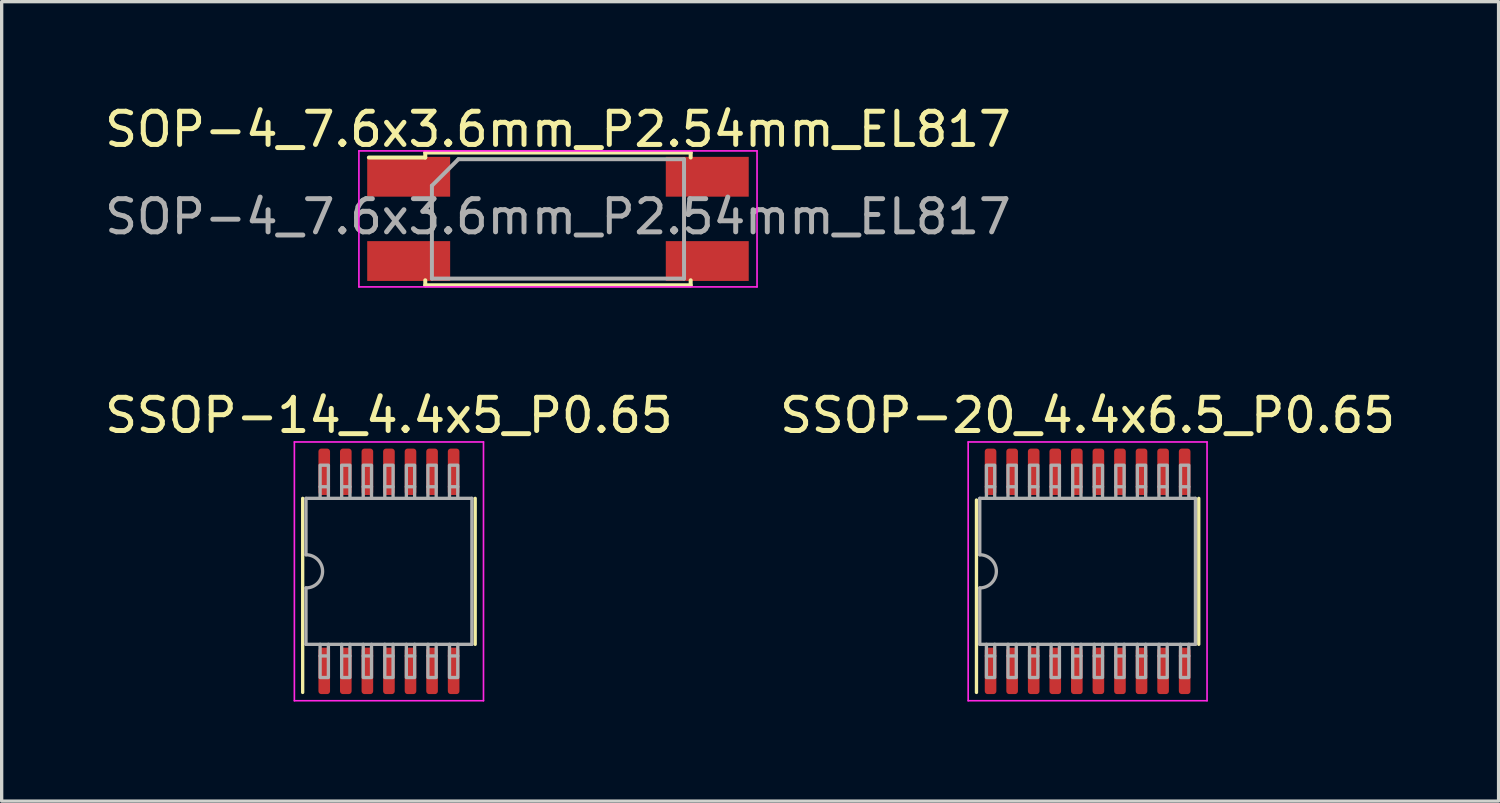
<source format=kicad_pcb>
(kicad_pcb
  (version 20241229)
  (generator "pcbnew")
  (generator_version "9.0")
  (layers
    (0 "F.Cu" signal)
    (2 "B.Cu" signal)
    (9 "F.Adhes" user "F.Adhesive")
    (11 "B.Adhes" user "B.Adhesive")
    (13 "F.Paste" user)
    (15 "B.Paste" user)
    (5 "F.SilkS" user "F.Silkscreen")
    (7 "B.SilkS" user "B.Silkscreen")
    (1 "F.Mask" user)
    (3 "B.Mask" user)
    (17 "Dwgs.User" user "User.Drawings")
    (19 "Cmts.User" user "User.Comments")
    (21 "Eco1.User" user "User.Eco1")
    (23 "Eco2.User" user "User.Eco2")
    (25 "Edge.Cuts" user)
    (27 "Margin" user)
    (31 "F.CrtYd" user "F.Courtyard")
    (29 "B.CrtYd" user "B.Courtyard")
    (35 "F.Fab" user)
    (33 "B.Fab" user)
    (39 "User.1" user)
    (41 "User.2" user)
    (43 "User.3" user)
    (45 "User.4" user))
  (footprint "SSOP-14_4.4x5_P0.65"
    (layer "F.Cu")
    (at 8.673 14.171)
    (property "Reference" "SSOP-14_4.4x5_P0.65" (at 0 -4.7 0) (layer "F.SilkS") (effects (font (size 1 1) (thickness 0.15))))
    (attr smd)
    (fp_line (start -2.6 3.65) (end -2.6 -2.2) (stroke (width 0.1) (type solid)) (layer "F.SilkS"))
    (fp_line (start 2.6 2.2) (end 2.6 -2.2) (stroke (width 0.1) (type solid)) (layer "F.SilkS"))
    (fp_line (start -2.85 -3.9) (end -2.85 3.9) (stroke (width 0.05) (type solid)) (layer "F.CrtYd"))
    (fp_line (start -2.85 3.9) (end 2.85 3.9) (stroke (width 0.05) (type solid)) (layer "F.CrtYd"))
    (fp_line (start 2.85 -3.9) (end -2.85 -3.9) (stroke (width 0.05) (type solid)) (layer "F.CrtYd"))
    (fp_line (start 2.85 3.9) (end 2.85 -3.9) (stroke (width 0.05) (type solid)) (layer "F.CrtYd"))
    (fp_line (start -2.5 -2.2) (end -2.5 -0.5) (stroke (width 0.1) (type solid)) (layer "F.Fab"))
    (fp_line (start -2.5 -2.2) (end 2.5 -2.2) (stroke (width 0.1) (type solid)) (layer "F.Fab"))
    (fp_line (start -2.5 2.2) (end -2.5 0.5) (stroke (width 0.1) (type solid)) (layer "F.Fab"))
    (fp_line (start -2.075 -2.55) (end -2.075 -2.2) (stroke (width 0.1) (type solid)) (layer "F.Fab"))
    (fp_line (start -2.075 2.55) (end -2.075 2.2) (stroke (width 0.1) (type solid)) (layer "F.Fab"))
    (fp_line (start -1.825 -2.55) (end -1.825 -2.2) (stroke (width 0.1) (type solid)) (layer "F.Fab"))
    (fp_line (start -1.825 2.55) (end -1.825 2.2) (stroke (width 0.1) (type solid)) (layer "F.Fab"))
    (fp_line (start -1.425 -2.55) (end -1.425 -2.2) (stroke (width 0.1) (type solid)) (layer "F.Fab"))
    (fp_line (start -1.425 2.55) (end -1.425 2.2) (stroke (width 0.1) (type solid)) (layer "F.Fab"))
    (fp_line (start -1.175 -2.55) (end -1.175 -2.2) (stroke (width 0.1) (type solid)) (layer "F.Fab"))
    (fp_line (start -1.175 2.55) (end -1.175 2.2) (stroke (width 0.1) (type solid)) (layer "F.Fab"))
    (fp_line (start -0.775 -2.55) (end -0.775 -2.2) (stroke (width 0.1) (type solid)) (layer "F.Fab"))
    (fp_line (start -0.775 2.55) (end -0.775 2.2) (stroke (width 0.1) (type solid)) (layer "F.Fab"))
    (fp_line (start -0.525 -2.55) (end -0.525 -2.2) (stroke (width 0.1) (type solid)) (layer "F.Fab"))
    (fp_line (start -0.525 2.55) (end -0.525 2.2) (stroke (width 0.1) (type solid)) (layer "F.Fab"))
    (fp_line (start -0.125 -2.55) (end -0.125 -2.2) (stroke (width 0.1) (type solid)) (layer "F.Fab"))
    (fp_line (start -0.125 2.55) (end -0.125 2.2) (stroke (width 0.1) (type solid)) (layer "F.Fab"))
    (fp_line (start 0.125 -2.55) (end 0.125 -2.2) (stroke (width 0.1) (type solid)) (layer "F.Fab"))
    (fp_line (start 0.125 2.55) (end 0.125 2.2) (stroke (width 0.1) (type solid)) (layer "F.Fab"))
    (fp_line (start 0.525 -2.55) (end 0.525 -2.2) (stroke (width 0.1) (type solid)) (layer "F.Fab"))
    (fp_line (start 0.525 2.55) (end 0.525 2.2) (stroke (width 0.1) (type solid)) (layer "F.Fab"))
    (fp_line (start 0.775 -2.55) (end 0.775 -2.2) (stroke (width 0.1) (type solid)) (layer "F.Fab"))
    (fp_line (start 0.775 2.55) (end 0.775 2.2) (stroke (width 0.1) (type solid)) (layer "F.Fab"))
    (fp_line (start 1.175 -2.55) (end 1.175 -2.2) (stroke (width 0.1) (type solid)) (layer "F.Fab"))
    (fp_line (start 1.175 2.55) (end 1.175 2.2) (stroke (width 0.1) (type solid)) (layer "F.Fab"))
    (fp_line (start 1.425 -2.55) (end 1.425 -2.2) (stroke (width 0.1) (type solid)) (layer "F.Fab"))
    (fp_line (start 1.425 2.55) (end 1.425 2.2) (stroke (width 0.1) (type solid)) (layer "F.Fab"))
    (fp_line (start 1.825 -2.55) (end 1.825 -2.2) (stroke (width 0.1) (type solid)) (layer "F.Fab"))
    (fp_line (start 1.825 2.55) (end 1.825 2.2) (stroke (width 0.1) (type solid)) (layer "F.Fab"))
    (fp_line (start 2.075 -2.55) (end 2.075 -2.2) (stroke (width 0.1) (type solid)) (layer "F.Fab"))
    (fp_line (start 2.075 2.55) (end 2.075 2.2) (stroke (width 0.1) (type solid)) (layer "F.Fab"))
    (fp_line (start 2.5 -2.2) (end 2.5 2.2) (stroke (width 0.1) (type solid)) (layer "F.Fab"))
    (fp_line (start 2.5 2.2) (end -2.5 2.2) (stroke (width 0.1) (type solid)) (layer "F.Fab"))
    (fp_arc (start -2.5 -0.5) (mid -2 0) (end -2.5 0.5) (stroke (width 0.1) (type solid)) (layer "F.Fab"))
    (fp_poly (pts (xy -2.075 -2.55) (xy -2.075 -3.2) (xy -1.825 -3.2) (xy -1.825 -2.55)) (stroke (width 0.1) (type solid)) (fill no) (layer "F.Fab"))
    (fp_poly (pts (xy -1.825 2.55) (xy -1.825 3.2) (xy -2.075 3.2) (xy -2.075 2.55)) (stroke (width 0.1) (type solid)) (fill no) (layer "F.Fab"))
    (fp_poly (pts (xy -1.425 -2.55) (xy -1.425 -3.2) (xy -1.175 -3.2) (xy -1.175 -2.55)) (stroke (width 0.1) (type solid)) (fill no) (layer "F.Fab"))
    (fp_poly (pts (xy -1.175 2.55) (xy -1.175 3.2) (xy -1.425 3.2) (xy -1.425 2.55)) (stroke (width 0.1) (type solid)) (fill no) (layer "F.Fab"))
    (fp_poly (pts (xy -0.775 -2.55) (xy -0.775 -3.2) (xy -0.525 -3.2) (xy -0.525 -2.55)) (stroke (width 0.1) (type solid)) (fill no) (layer "F.Fab"))
    (fp_poly (pts (xy -0.525 2.55) (xy -0.525 3.2) (xy -0.775 3.2) (xy -0.775 2.55)) (stroke (width 0.1) (type solid)) (fill no) (layer "F.Fab"))
    (fp_poly (pts (xy -0.125 -2.55) (xy -0.125 -3.2) (xy 0.125 -3.2) (xy 0.125 -2.55)) (stroke (width 0.1) (type solid)) (fill no) (layer "F.Fab"))
    (fp_poly (pts (xy 0.125 2.55) (xy 0.125 3.2) (xy -0.125 3.2) (xy -0.125 2.55)) (stroke (width 0.1) (type solid)) (fill no) (layer "F.Fab"))
    (fp_poly (pts (xy 0.525 -2.55) (xy 0.525 -3.2) (xy 0.775 -3.2) (xy 0.775 -2.55)) (stroke (width 0.1) (type solid)) (fill no) (layer "F.Fab"))
    (fp_poly (pts (xy 0.775 2.55) (xy 0.775 3.2) (xy 0.525 3.2) (xy 0.525 2.55)) (stroke (width 0.1) (type solid)) (fill no) (layer "F.Fab"))
    (fp_poly (pts (xy 1.175 -2.55) (xy 1.175 -3.2) (xy 1.425 -3.2) (xy 1.425 -2.55)) (stroke (width 0.1) (type solid)) (fill no) (layer "F.Fab"))
    (fp_poly (pts (xy 1.425 2.55) (xy 1.425 3.2) (xy 1.175 3.2) (xy 1.175 2.55)) (stroke (width 0.1) (type solid)) (fill no) (layer "F.Fab"))
    (fp_poly (pts (xy 1.825 -2.55) (xy 1.825 -3.2) (xy 2.075 -3.2) (xy 2.075 -2.55)) (stroke (width 0.1) (type solid)) (fill no) (layer "F.Fab"))
    (fp_poly (pts (xy 2.075 2.55) (xy 2.075 3.2) (xy 1.825 3.2) (xy 1.825 2.55)) (stroke (width 0.1) (type solid)) (fill no) (layer "F.Fab"))
    (pad "1" smd roundrect (at -1.95 3 90) (size 1.4 0.35) (layers "F.Cu" "F.Mask" "F.Paste") (roundrect_rratio 0.25))
    (pad "2" smd roundrect (at -1.3 3 90) (size 1.4 0.35) (layers "F.Cu" "F.Mask" "F.Paste") (roundrect_rratio 0.25))
    (pad "3" smd roundrect (at -0.65 3 90) (size 1.4 0.35) (layers "F.Cu" "F.Mask" "F.Paste") (roundrect_rratio 0.25))
    (pad "4" smd roundrect (at 0 3 90) (size 1.4 0.35) (layers "F.Cu" "F.Mask" "F.Paste") (roundrect_rratio 0.25))
    (pad "5" smd roundrect (at 0.65 3 90) (size 1.4 0.35) (layers "F.Cu" "F.Mask" "F.Paste") (roundrect_rratio 0.25))
    (pad "6" smd roundrect (at 1.3 3 90) (size 1.4 0.35) (layers "F.Cu" "F.Mask" "F.Paste") (roundrect_rratio 0.25))
    (pad "7" smd roundrect (at 1.95 3 90) (size 1.4 0.35) (layers "F.Cu" "F.Mask" "F.Paste") (roundrect_rratio 0.25))
    (pad "8" smd roundrect (at 1.95 -3 90) (size 1.4 0.35) (layers "F.Cu" "F.Mask" "F.Paste") (roundrect_rratio 0.25))
    (pad "9" smd roundrect (at 1.3 -3 90) (size 1.4 0.35) (layers "F.Cu" "F.Mask" "F.Paste") (roundrect_rratio 0.25))
    (pad "10" smd roundrect (at 0.65 -3 90) (size 1.4 0.35) (layers "F.Cu" "F.Mask" "F.Paste") (roundrect_rratio 0.25))
    (pad "11" smd roundrect (at 0 -3 90) (size 1.4 0.35) (layers "F.Cu" "F.Mask" "F.Paste") (roundrect_rratio 0.25))
    (pad "12" smd roundrect (at -0.65 -3 90) (size 1.4 0.35) (layers "F.Cu" "F.Mask" "F.Paste") (roundrect_rratio 0.25))
    (pad "13" smd roundrect (at -1.3 -3 90) (size 1.4 0.35) (layers "F.Cu" "F.Mask" "F.Paste") (roundrect_rratio 0.25))
    (pad "14" smd roundrect (at -1.95 -3 90) (size 1.4 0.35) (layers "F.Cu" "F.Mask" "F.Paste") (roundrect_rratio 0.25)))
  (footprint "SSOP-20_4.4x6.5_P0.65"
    (layer "F.Cu")
    (at 29.732 14.171)
    (property "Reference" "SSOP-20_4.4x6.5_P0.65" (at 0 -4.7 0) (layer "F.SilkS") (effects (font (size 1 1) (thickness 0.15))))
    (attr smd)
    (fp_line (start -3.35 3.65) (end -3.35 -2.15) (stroke (width 0.1) (type solid)) (layer "F.SilkS"))
    (fp_line (start 3.35 2.2) (end 3.35 -2.2) (stroke (width 0.1) (type solid)) (layer "F.SilkS"))
    (fp_line (start -3.6 -3.9) (end -3.6 3.9) (stroke (width 0.05) (type solid)) (layer "F.CrtYd"))
    (fp_line (start -3.6 3.9) (end 3.6 3.9) (stroke (width 0.05) (type solid)) (layer "F.CrtYd"))
    (fp_line (start 3.6 -3.9) (end -3.6 -3.9) (stroke (width 0.05) (type solid)) (layer "F.CrtYd"))
    (fp_line (start 3.6 3.9) (end 3.6 -3.9) (stroke (width 0.05) (type solid)) (layer "F.CrtYd"))
    (fp_line (start -3.25 -2.2) (end -3.25 -0.5) (stroke (width 0.1) (type solid)) (layer "F.Fab"))
    (fp_line (start -3.25 -2.2) (end 3.25 -2.2) (stroke (width 0.1) (type solid)) (layer "F.Fab"))
    (fp_line (start -3.25 2.2) (end -3.25 0.5) (stroke (width 0.1) (type solid)) (layer "F.Fab"))
    (fp_line (start -3.25 2.2) (end 3.25 2.2) (stroke (width 0.1) (type solid)) (layer "F.Fab"))
    (fp_line (start -3.05 -2.55) (end -3.05 -2.2) (stroke (width 0.1) (type solid)) (layer "F.Fab"))
    (fp_line (start -3.05 2.55) (end -3.05 2.2) (stroke (width 0.1) (type solid)) (layer "F.Fab"))
    (fp_line (start -2.8 -2.55) (end -2.8 -2.2) (stroke (width 0.1) (type solid)) (layer "F.Fab"))
    (fp_line (start -2.8 2.55) (end -2.8 2.2) (stroke (width 0.1) (type solid)) (layer "F.Fab"))
    (fp_line (start -2.4 -2.55) (end -2.4 -2.2) (stroke (width 0.1) (type solid)) (layer "F.Fab"))
    (fp_line (start -2.4 2.55) (end -2.4 2.2) (stroke (width 0.1) (type solid)) (layer "F.Fab"))
    (fp_line (start -2.15 -2.55) (end -2.15 -2.2) (stroke (width 0.1) (type solid)) (layer "F.Fab"))
    (fp_line (start -2.15 2.55) (end -2.15 2.2) (stroke (width 0.1) (type solid)) (layer "F.Fab"))
    (fp_line (start -1.75 -2.55) (end -1.75 -2.2) (stroke (width 0.1) (type solid)) (layer "F.Fab"))
    (fp_line (start -1.75 2.55) (end -1.75 2.2) (stroke (width 0.1) (type solid)) (layer "F.Fab"))
    (fp_line (start -1.5 -2.55) (end -1.5 -2.2) (stroke (width 0.1) (type solid)) (layer "F.Fab"))
    (fp_line (start -1.5 2.55) (end -1.5 2.2) (stroke (width 0.1) (type solid)) (layer "F.Fab"))
    (fp_line (start -1.1 -2.55) (end -1.1 -2.2) (stroke (width 0.1) (type solid)) (layer "F.Fab"))
    (fp_line (start -1.1 2.55) (end -1.1 2.2) (stroke (width 0.1) (type solid)) (layer "F.Fab"))
    (fp_line (start -0.85 -2.55) (end -0.85 -2.2) (stroke (width 0.1) (type solid)) (layer "F.Fab"))
    (fp_line (start -0.85 2.55) (end -0.85 2.2) (stroke (width 0.1) (type solid)) (layer "F.Fab"))
    (fp_line (start -0.45 -2.55) (end -0.45 -2.2) (stroke (width 0.1) (type solid)) (layer "F.Fab"))
    (fp_line (start -0.45 2.55) (end -0.45 2.2) (stroke (width 0.1) (type solid)) (layer "F.Fab"))
    (fp_line (start -0.2 -2.55) (end -0.2 -2.2) (stroke (width 0.1) (type solid)) (layer "F.Fab"))
    (fp_line (start -0.2 2.55) (end -0.2 2.2) (stroke (width 0.1) (type solid)) (layer "F.Fab"))
    (fp_line (start 0.2 -2.55) (end 0.2 -2.2) (stroke (width 0.1) (type solid)) (layer "F.Fab"))
    (fp_line (start 0.2 2.55) (end 0.2 2.2) (stroke (width 0.1) (type solid)) (layer "F.Fab"))
    (fp_line (start 0.45 -2.55) (end 0.45 -2.2) (stroke (width 0.1) (type solid)) (layer "F.Fab"))
    (fp_line (start 0.45 2.55) (end 0.45 2.2) (stroke (width 0.1) (type solid)) (layer "F.Fab"))
    (fp_line (start 0.85 -2.55) (end 0.85 -2.2) (stroke (width 0.1) (type solid)) (layer "F.Fab"))
    (fp_line (start 0.85 2.55) (end 0.85 2.2) (stroke (width 0.1) (type solid)) (layer "F.Fab"))
    (fp_line (start 1.1 -2.55) (end 1.1 -2.2) (stroke (width 0.1) (type solid)) (layer "F.Fab"))
    (fp_line (start 1.1 2.55) (end 1.1 2.2) (stroke (width 0.1) (type solid)) (layer "F.Fab"))
    (fp_line (start 1.5 -2.55) (end 1.5 -2.2) (stroke (width 0.1) (type solid)) (layer "F.Fab"))
    (fp_line (start 1.5 2.55) (end 1.5 2.2) (stroke (width 0.1) (type solid)) (layer "F.Fab"))
    (fp_line (start 1.75 -2.55) (end 1.75 -2.2) (stroke (width 0.1) (type solid)) (layer "F.Fab"))
    (fp_line (start 1.75 2.55) (end 1.75 2.2) (stroke (width 0.1) (type solid)) (layer "F.Fab"))
    (fp_line (start 2.15 -2.55) (end 2.15 -2.2) (stroke (width 0.1) (type solid)) (layer "F.Fab"))
    (fp_line (start 2.15 2.55) (end 2.15 2.2) (stroke (width 0.1) (type solid)) (layer "F.Fab"))
    (fp_line (start 2.4 -2.55) (end 2.4 -2.2) (stroke (width 0.1) (type solid)) (layer "F.Fab"))
    (fp_line (start 2.4 2.55) (end 2.4 2.2) (stroke (width 0.1) (type solid)) (layer "F.Fab"))
    (fp_line (start 2.8 -2.55) (end 2.8 -2.2) (stroke (width 0.1) (type solid)) (layer "F.Fab"))
    (fp_line (start 2.8 2.55) (end 2.8 2.2) (stroke (width 0.1) (type solid)) (layer "F.Fab"))
    (fp_line (start 3.05 -2.55) (end 3.05 -2.2) (stroke (width 0.1) (type solid)) (layer "F.Fab"))
    (fp_line (start 3.05 2.55) (end 3.05 2.2) (stroke (width 0.1) (type solid)) (layer "F.Fab"))
    (fp_line (start 3.25 -2.2) (end 3.25 2.2) (stroke (width 0.1) (type solid)) (layer "F.Fab"))
    (fp_arc (start -3.25 -0.5) (mid -2.75 0) (end -3.25 0.5) (stroke (width 0.1) (type solid)) (layer "F.Fab"))
    (fp_poly (pts (xy -3.05 -2.55) (xy -3.05 -3.2) (xy -2.8 -3.2) (xy -2.8 -2.55)) (stroke (width 0.1) (type solid)) (fill no) (layer "F.Fab"))
    (fp_poly (pts (xy -2.8 2.55) (xy -2.8 3.2) (xy -3.05 3.2) (xy -3.05 2.55)) (stroke (width 0.1) (type solid)) (fill no) (layer "F.Fab"))
    (fp_poly (pts (xy -2.4 -2.55) (xy -2.4 -3.2) (xy -2.15 -3.2) (xy -2.15 -2.55)) (stroke (width 0.1) (type solid)) (fill no) (layer "F.Fab"))
    (fp_poly (pts (xy -2.15 2.55) (xy -2.15 3.2) (xy -2.4 3.2) (xy -2.4 2.55)) (stroke (width 0.1) (type solid)) (fill no) (layer "F.Fab"))
    (fp_poly (pts (xy -1.75 -2.55) (xy -1.75 -3.2) (xy -1.5 -3.2) (xy -1.5 -2.55)) (stroke (width 0.1) (type solid)) (fill no) (layer "F.Fab"))
    (fp_poly (pts (xy -1.5 2.55) (xy -1.5 3.2) (xy -1.75 3.2) (xy -1.75 2.55)) (stroke (width 0.1) (type solid)) (fill no) (layer "F.Fab"))
    (fp_poly (pts (xy -1.1 -2.55) (xy -1.1 -3.2) (xy -0.85 -3.2) (xy -0.85 -2.55)) (stroke (width 0.1) (type solid)) (fill no) (layer "F.Fab"))
    (fp_poly (pts (xy -0.85 2.55) (xy -0.85 3.2) (xy -1.1 3.2) (xy -1.1 2.55)) (stroke (width 0.1) (type solid)) (fill no) (layer "F.Fab"))
    (fp_poly (pts (xy -0.45 -2.55) (xy -0.45 -3.2) (xy -0.2 -3.2) (xy -0.2 -2.55)) (stroke (width 0.1) (type solid)) (fill no) (layer "F.Fab"))
    (fp_poly (pts (xy -0.2 2.55) (xy -0.2 3.2) (xy -0.45 3.2) (xy -0.45 2.55)) (stroke (width 0.1) (type solid)) (fill no) (layer "F.Fab"))
    (fp_poly (pts (xy 0.2 -2.55) (xy 0.2 -3.2) (xy 0.45 -3.2) (xy 0.45 -2.55)) (stroke (width 0.1) (type solid)) (fill no) (layer "F.Fab"))
    (fp_poly (pts (xy 0.45 2.55) (xy 0.45 3.2) (xy 0.2 3.2) (xy 0.2 2.55)) (stroke (width 0.1) (type solid)) (fill no) (layer "F.Fab"))
    (fp_poly (pts (xy 0.85 -2.55) (xy 0.85 -3.2) (xy 1.1 -3.2) (xy 1.1 -2.55)) (stroke (width 0.1) (type solid)) (fill no) (layer "F.Fab"))
    (fp_poly (pts (xy 1.1 2.55) (xy 1.1 3.2) (xy 0.85 3.2) (xy 0.85 2.55)) (stroke (width 0.1) (type solid)) (fill no) (layer "F.Fab"))
    (fp_poly (pts (xy 1.5 -2.55) (xy 1.5 -3.2) (xy 1.75 -3.2) (xy 1.75 -2.55)) (stroke (width 0.1) (type solid)) (fill no) (layer "F.Fab"))
    (fp_poly (pts (xy 1.75 2.55) (xy 1.75 3.2) (xy 1.5 3.2) (xy 1.5 2.55)) (stroke (width 0.1) (type solid)) (fill no) (layer "F.Fab"))
    (fp_poly (pts (xy 2.15 -2.55) (xy 2.15 -3.2) (xy 2.4 -3.2) (xy 2.4 -2.55)) (stroke (width 0.1) (type solid)) (fill no) (layer "F.Fab"))
    (fp_poly (pts (xy 2.4 2.55) (xy 2.4 3.2) (xy 2.15 3.2) (xy 2.15 2.55)) (stroke (width 0.1) (type solid)) (fill no) (layer "F.Fab"))
    (fp_poly (pts (xy 2.8 -2.55) (xy 2.8 -3.2) (xy 3.05 -3.2) (xy 3.05 -2.55)) (stroke (width 0.1) (type solid)) (fill no) (layer "F.Fab"))
    (fp_poly (pts (xy 3.05 2.55) (xy 3.05 3.2) (xy 2.8 3.2) (xy 2.8 2.55)) (stroke (width 0.1) (type solid)) (fill no) (layer "F.Fab"))
    (pad "1" smd roundrect (at -2.925 3 90) (size 1.4 0.35) (layers "F.Cu" "F.Mask" "F.Paste") (roundrect_rratio 0.25))
    (pad "2" smd roundrect (at -2.275 3 90) (size 1.4 0.35) (layers "F.Cu" "F.Mask" "F.Paste") (roundrect_rratio 0.25))
    (pad "3" smd roundrect (at -1.625 3 90) (size 1.4 0.35) (layers "F.Cu" "F.Mask" "F.Paste") (roundrect_rratio 0.25))
    (pad "4" smd roundrect (at -0.975 3 90) (size 1.4 0.35) (layers "F.Cu" "F.Mask" "F.Paste") (roundrect_rratio 0.25))
    (pad "5" smd roundrect (at -0.325 3 90) (size 1.4 0.35) (layers "F.Cu" "F.Mask" "F.Paste") (roundrect_rratio 0.25))
    (pad "6" smd roundrect (at 0.325 3 90) (size 1.4 0.35) (layers "F.Cu" "F.Mask" "F.Paste") (roundrect_rratio 0.25))
    (pad "7" smd roundrect (at 0.975 3 90) (size 1.4 0.35) (layers "F.Cu" "F.Mask" "F.Paste") (roundrect_rratio 0.25))
    (pad "8" smd roundrect (at 1.625 3 90) (size 1.4 0.35) (layers "F.Cu" "F.Mask" "F.Paste") (roundrect_rratio 0.25))
    (pad "9" smd roundrect (at 2.275 3 90) (size 1.4 0.35) (layers "F.Cu" "F.Mask" "F.Paste") (roundrect_rratio 0.25))
    (pad "10" smd roundrect (at 2.925 3 90) (size 1.4 0.35) (layers "F.Cu" "F.Mask" "F.Paste") (roundrect_rratio 0.25))
    (pad "11" smd roundrect (at 2.925 -3 90) (size 1.4 0.35) (layers "F.Cu" "F.Mask" "F.Paste") (roundrect_rratio 0.25))
    (pad "12" smd roundrect (at 2.275 -3 90) (size 1.4 0.35) (layers "F.Cu" "F.Mask" "F.Paste") (roundrect_rratio 0.25))
    (pad "13" smd roundrect (at 1.625 -3 90) (size 1.4 0.35) (layers "F.Cu" "F.Mask" "F.Paste") (roundrect_rratio 0.25))
    (pad "14" smd roundrect (at 0.975 -3 90) (size 1.4 0.35) (layers "F.Cu" "F.Mask" "F.Paste") (roundrect_rratio 0.25))
    (pad "15" smd roundrect (at 0.325 -3 90) (size 1.4 0.35) (layers "F.Cu" "F.Mask" "F.Paste") (roundrect_rratio 0.25))
    (pad "16" smd roundrect (at -0.325 -3 90) (size 1.4 0.35) (layers "F.Cu" "F.Mask" "F.Paste") (roundrect_rratio 0.25))
    (pad "17" smd roundrect (at -0.975 -3 90) (size 1.4 0.35) (layers "F.Cu" "F.Mask" "F.Paste") (roundrect_rratio 0.25))
    (pad "18" smd roundrect (at -1.625 -3 90) (size 1.4 0.35) (layers "F.Cu" "F.Mask" "F.Paste") (roundrect_rratio 0.25))
    (pad "19" smd roundrect (at -2.275 -3 90) (size 1.4 0.35) (layers "F.Cu" "F.Mask" "F.Paste") (roundrect_rratio 0.25))
    (pad "20" smd roundrect (at -2.925 -3 90) (size 1.4 0.35) (layers "F.Cu" "F.Mask" "F.Paste") (roundrect_rratio 0.25)))
  (footprint "SOP-4_7.6x3.6mm_P2.54mm_EL817"
    (layer "F.Cu")
    (at 13.768 3.548)
    (property "Reference" "SOP-4_7.6x3.6mm_P2.54mm_EL817" (at 0 -2.7 0) (layer "F.SilkS") (effects (font (size 1 1) (thickness 0.15))))
    (attr smd)
    (fp_line (start -4 -2) (end 4 -2) (stroke (width 0.12) (type solid)) (layer "F.SilkS"))
    (fp_line (start -4 -1.85) (end -5.7 -1.85) (stroke (width 0.12) (type solid)) (layer "F.SilkS"))
    (fp_line (start -4 -1.85) (end -4 -2) (stroke (width 0.12) (type solid)) (layer "F.SilkS"))
    (fp_line (start -4 2) (end -4 1.85) (stroke (width 0.12) (type solid)) (layer "F.SilkS"))
    (fp_line (start 4 -2) (end 4 -1.85) (stroke (width 0.12) (type solid)) (layer "F.SilkS"))
    (fp_line (start 4 1.85) (end 4 2) (stroke (width 0.12) (type solid)) (layer "F.SilkS"))
    (fp_line (start 4 2) (end -4 2) (stroke (width 0.12) (type solid)) (layer "F.SilkS"))
    (fp_line (start -6 -2.05) (end -6 2.05) (stroke (width 0.05) (type solid)) (layer "F.CrtYd"))
    (fp_line (start -6 -2.05) (end 6 -2.05) (stroke (width 0.05) (type solid)) (layer "F.CrtYd"))
    (fp_line (start 6 2.05) (end -6 2.05) (stroke (width 0.05) (type solid)) (layer "F.CrtYd"))
    (fp_line (start 6 2.05) (end 6 -2.05) (stroke (width 0.05) (type solid)) (layer "F.CrtYd"))
    (fp_line (start -3.8 -1) (end -3 -1.8) (stroke (width 0.12) (type solid)) (layer "F.Fab"))
    (fp_line (start -3.8 1.8) (end -3.8 -1) (stroke (width 0.12) (type solid)) (layer "F.Fab"))
    (fp_line (start -3 -1.8) (end 3.8 -1.8) (stroke (width 0.12) (type solid)) (layer "F.Fab"))
    (fp_line (start 3.8 -1.8) (end 3.8 1.8) (stroke (width 0.12) (type solid)) (layer "F.Fab"))
    (fp_line (start 3.8 1.8) (end -3.8 1.8) (stroke (width 0.12) (type solid)) (layer "F.Fab"))
    (fp_text user "${REFERENCE}" (at 0 -0.065 0) (layer "F.Fab") (effects (font (size 1 1) (thickness 0.15))))
    (pad "1" smd rect (at -4.5 -1.27) (size 2.5 1.2) (layers "F.Cu" "F.Mask" "F.Paste"))
    (pad "2" smd rect (at -4.5 1.27) (size 2.5 1.2) (layers "F.Cu" "F.Mask" "F.Paste"))
    (pad "3" smd rect (at 4.5 1.27) (size 2.5 1.2) (layers "F.Cu" "F.Mask" "F.Paste"))
    (pad "4" smd rect (at 4.5 -1.27) (size 2.5 1.2) (layers "F.Cu" "F.Mask" "F.Paste")))
  (gr_rect
    (start -3 -3)
    (end 42.119 21.096)
    (stroke (width 0.1) (type default))
    (fill no)
    (layer "Edge.Cuts")))
</source>
